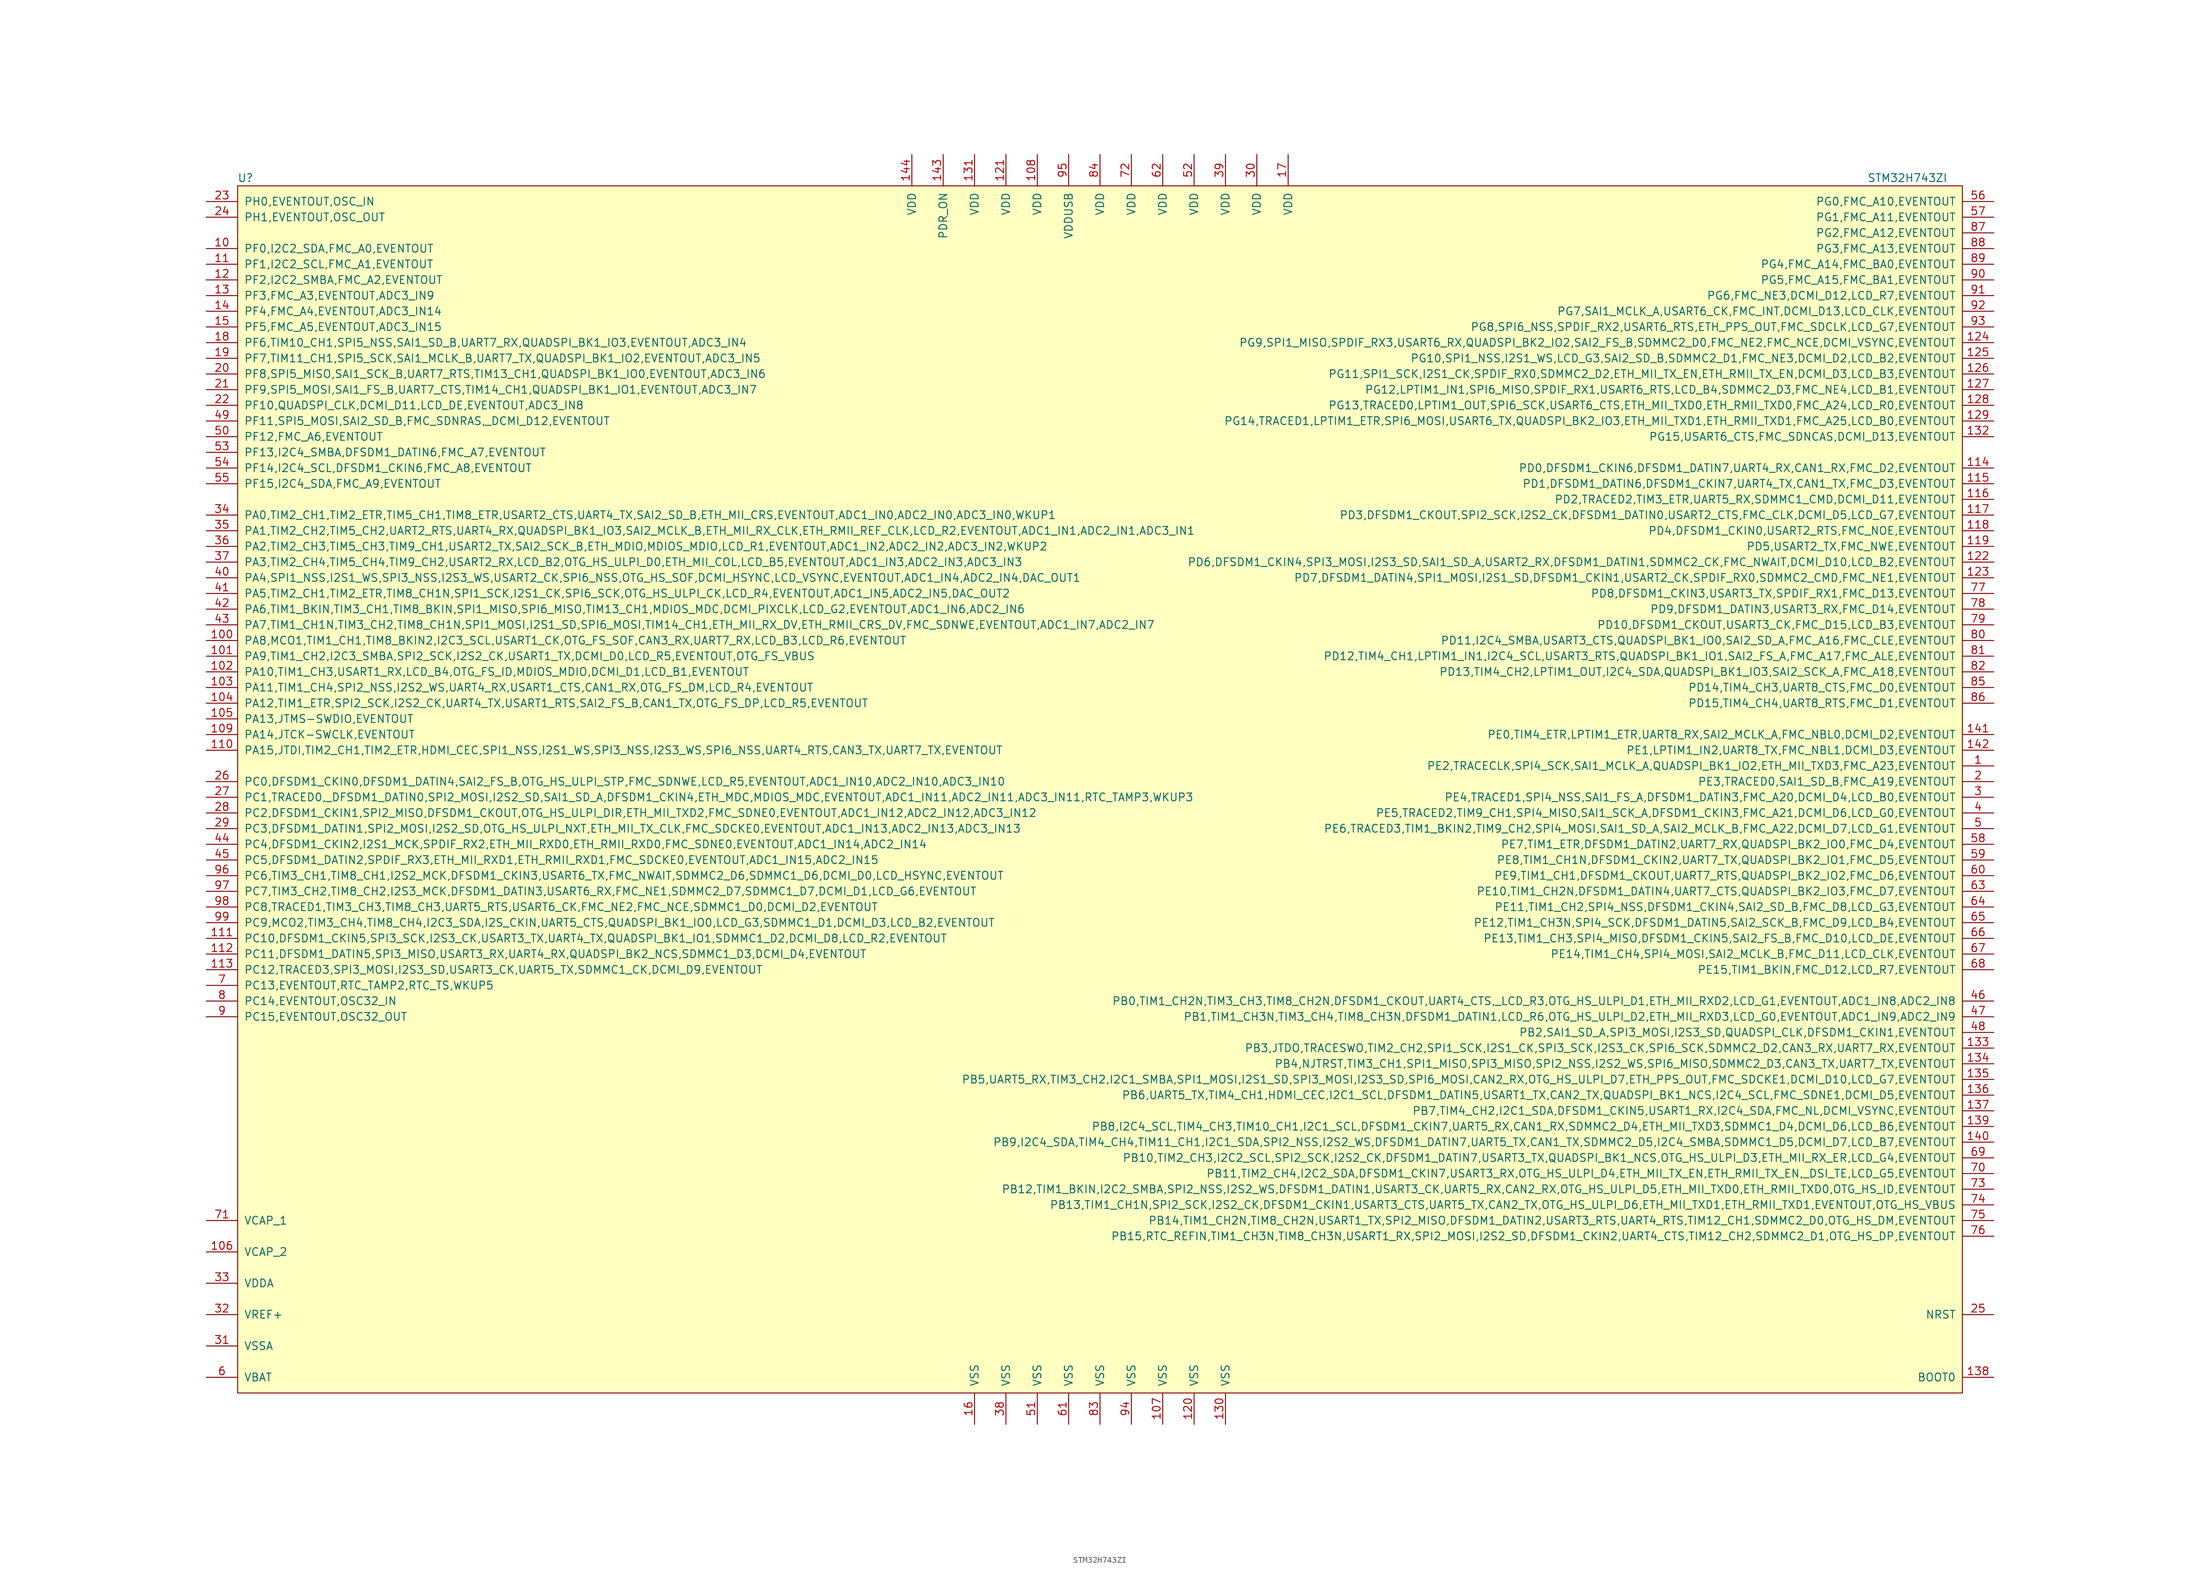
<source format=kicad_sym>
(kicad_symbol_lib
  (version 20220914)
  (generator kicad_symbol_editor)
  (symbol "STM32H743ZI"
    (pin_names
      (offset 1.016))
    (property "Reference" "U"
      (at -138.43 99.06 0)
      (effects (font (size 1.27 1.27))))
    (property "Value" "STM32H743ZI"
      (at 130.81 99.06 0)
      (effects (font (size 1.27 1.27))))
    (symbol "STM32H743ZI_0_0"
      (pin bidirectional line (at 144.78 3.81 180) (length 5.08) (name "PE2,TRACECLK,SPI4_SCK,SAI1_MCLK_A,QUADSPI_BK1_IO2,ETH_MII_TXD3,FMC_A23,EVENTOUT" (effects (font (size 1.27 1.27)))) (number "1" (effects (font (size 1.27 1.27)))))
      (pin bidirectional line (at -144.78 87.63 0) (length 5.08) (name "PF0,I2C2_SDA,FMC_A0,EVENTOUT" (effects (font (size 1.27 1.27)))) (number "10" (effects (font (size 1.27 1.27)))))
      (pin bidirectional line (at -144.78 24.13 0) (length 5.08) (name "PA8,MCO1,TIM1_CH1,TIM8_BKIN2,I2C3_SCL,USART1_CK,OTG_FS_SOF,CAN3_RX,UART7_RX,LCD_B3,LCD_R6,EVENTOUT" (effects (font (size 1.27 1.27)))) (number "100" (effects (font (size 1.27 1.27)))))
      (pin bidirectional line (at -144.78 21.59 0) (length 5.08) (name "PA9,TIM1_CH2,I2C3_SMBA,SPI2_SCK,I2S2_CK,USART1_TX,DCMI_D0,LCD_R5,EVENTOUT,OTG_FS_VBUS" (effects (font (size 1.27 1.27)))) (number "101" (effects (font (size 1.27 1.27)))))
      (pin bidirectional line (at -144.78 19.05 0) (length 5.08) (name "PA10,TIM1_CH3,USART1_RX,LCD_B4,OTG_FS_ID,MDIOS_MDIO,DCMI_D1,LCD_B1,EVENTOUT" (effects (font (size 1.27 1.27)))) (number "102" (effects (font (size 1.27 1.27)))))
      (pin bidirectional line (at -144.78 16.51 0) (length 5.08) (name "PA11,TIM1_CH4,SPI2_NSS,I2S2_WS,UART4_RX,USART1_CTS,CAN1_RX,OTG_FS_DM,LCD_R4,EVENTOUT" (effects (font (size 1.27 1.27)))) (number "103" (effects (font (size 1.27 1.27)))))
      (pin bidirectional line (at -144.78 13.97 0) (length 5.08) (name "PA12,TIM1_ETR,SPI2_SCK,I2S2_CK,UART4_TX,USART1_RTS,SAI2_FS_B,CAN1_TX,OTG_FS_DP,LCD_R5,EVENTOUT" (effects (font (size 1.27 1.27)))) (number "104" (effects (font (size 1.27 1.27)))))
      (pin bidirectional line (at -144.78 11.43 0) (length 5.08) (name "PA13,JTMS-SWDIO,EVENTOUT" (effects (font (size 1.27 1.27)))) (number "105" (effects (font (size 1.27 1.27)))))
      (pin passive line (at -144.78 -74.93 0) (length 5.08) (name "VCAP_2" (effects (font (size 1.27 1.27)))) (number "106" (effects (font (size 1.27 1.27)))))
      (pin passive line (at 10.16 -102.87 90) (length 5.08) (name "VSS" (effects (font (size 1.27 1.27)))) (number "107" (effects (font (size 1.27 1.27)))))
      (pin power_in line (at -10.16 102.87 270) (length 5.08) (name "VDD" (effects (font (size 1.27 1.27)))) (number "108" (effects (font (size 1.27 1.27)))))
      (pin bidirectional line (at -144.78 8.89 0) (length 5.08) (name "PA14,JTCK-SWCLK,EVENTOUT" (effects (font (size 1.27 1.27)))) (number "109" (effects (font (size 1.27 1.27)))))
      (pin bidirectional line (at -144.78 85.09 0) (length 5.08) (name "PF1,I2C2_SCL,FMC_A1,EVENTOUT" (effects (font (size 1.27 1.27)))) (number "11" (effects (font (size 1.27 1.27)))))
      (pin bidirectional line (at -144.78 6.35 0) (length 5.08) (name "PA15,JTDI,TIM2_CH1,TIM2_ETR,HDMI_CEC,SPI1_NSS,I2S1_WS,SPI3_NSS,I2S3_WS,SPI6_NSS,UART4_RTS,CAN3_TX,UART7_TX,EVENTOUT" (effects (font (size 1.27 1.27)))) (number "110" (effects (font (size 1.27 1.27)))))
      (pin bidirectional line (at -144.78 -24.13 0) (length 5.08) (name "PC10,DFSDM1_CKIN5,SPI3_SCK,I2S3_CK,USART3_TX,UART4_TX,QUADSPI_BK1_IO1,SDMMC1_D2,DCMI_D8,LCD_R2,EVENTOUT" (effects (font (size 1.27 1.27)))) (number "111" (effects (font (size 1.27 1.27)))))
      (pin bidirectional line (at -144.78 -26.67 0) (length 5.08) (name "PC11,DFSDM1_DATIN5,SPI3_MISO,USART3_RX,UART4_RX,QUADSPI_BK2_NCS,SDMMC1_D3,DCMI_D4,EVENTOUT" (effects (font (size 1.27 1.27)))) (number "112" (effects (font (size 1.27 1.27)))))
      (pin bidirectional line (at -144.78 -29.21 0) (length 5.08) (name "PC12,TRACED3,SPI3_MOSI,I2S3_SD,USART3_CK,UART5_TX,SDMMC1_CK,DCMI_D9,EVENTOUT" (effects (font (size 1.27 1.27)))) (number "113" (effects (font (size 1.27 1.27)))))
      (pin bidirectional line (at 144.78 52.07 180) (length 5.08) (name "PD0,DFSDM1_CKIN6,DFSDM1_DATIN7,UART4_RX,CAN1_RX,FMC_D2,EVENTOUT" (effects (font (size 1.27 1.27)))) (number "114" (effects (font (size 1.27 1.27)))))
      (pin bidirectional line (at 144.78 49.53 180) (length 5.08) (name "PD1,DFSDM1_DATIN6,DFSDM1_CKIN7,UART4_TX,CAN1_TX,FMC_D3,EVENTOUT" (effects (font (size 1.27 1.27)))) (number "115" (effects (font (size 1.27 1.27)))))
      (pin bidirectional line (at 144.78 46.99 180) (length 5.08) (name "PD2,TRACED2,TIM3_ETR,UART5_RX,SDMMC1_CMD,DCMI_D11,EVENTOUT" (effects (font (size 1.27 1.27)))) (number "116" (effects (font (size 1.27 1.27)))))
      (pin bidirectional line (at 144.78 44.45 180) (length 5.08) (name "PD3,DFSDM1_CKOUT,SPI2_SCK,I2S2_CK,DFSDM1_DATIN0,USART2_CTS,FMC_CLK,DCMI_D5,LCD_G7,EVENTOUT" (effects (font (size 1.27 1.27)))) (number "117" (effects (font (size 1.27 1.27)))))
      (pin bidirectional line (at 144.78 41.91 180) (length 5.08) (name "PD4,DFSDM1_CKIN0,USART2_RTS,FMC_NOE,EVENTOUT" (effects (font (size 1.27 1.27)))) (number "118" (effects (font (size 1.27 1.27)))))
      (pin bidirectional line (at 144.78 39.37 180) (length 5.08) (name "PD5,USART2_TX,FMC_NWE,EVENTOUT" (effects (font (size 1.27 1.27)))) (number "119" (effects (font (size 1.27 1.27)))))
      (pin bidirectional line (at -144.78 82.55 0) (length 5.08) (name "PF2,I2C2_SMBA,FMC_A2,EVENTOUT" (effects (font (size 1.27 1.27)))) (number "12" (effects (font (size 1.27 1.27)))))
      (pin passive line (at 15.24 -102.87 90) (length 5.08) (name "VSS" (effects (font (size 1.27 1.27)))) (number "120" (effects (font (size 1.27 1.27)))))
      (pin power_in line (at -15.24 102.87 270) (length 5.08) (name "VDD" (effects (font (size 1.27 1.27)))) (number "121" (effects (font (size 1.27 1.27)))))
      (pin bidirectional line (at 144.78 36.83 180) (length 5.08) (name "PD6,DFSDM1_CKIN4,SPI3_MOSI,I2S3_SD,SAI1_SD_A,USART2_RX,DFSDM1_DATIN1,SDMMC2_CK,FMC_NWAIT,DCMI_D10,LCD_B2,EVENTOUT" (effects (font (size 1.27 1.27)))) (number "122" (effects (font (size 1.27 1.27)))))
      (pin bidirectional line (at 144.78 34.29 180) (length 5.08) (name "PD7,DFSDM1_DATIN4,SPI1_MOSI,I2S1_SD,DFSDM1_CKIN1,USART2_CK,SPDIF_RX0,SDMMC2_CMD,FMC_NE1,EVENTOUT" (effects (font (size 1.27 1.27)))) (number "123" (effects (font (size 1.27 1.27)))))
      (pin bidirectional line (at 144.78 72.39 180) (length 5.08) (name "PG9,SPI1_MISO,SPDIF_RX3,USART6_RX,QUADSPI_BK2_IO2,SAI2_FS_B,SDMMC2_D0,FMC_NE2,FMC_NCE,DCMI_VSYNC,EVENTOUT" (effects (font (size 1.27 1.27)))) (number "124" (effects (font (size 1.27 1.27)))))
      (pin bidirectional line (at 144.78 69.85 180) (length 5.08) (name "PG10,SPI1_NSS,I2S1_WS,LCD_G3,SAI2_SD_B,SDMMC2_D1,FMC_NE3,DCMI_D2,LCD_B2,EVENTOUT" (effects (font (size 1.27 1.27)))) (number "125" (effects (font (size 1.27 1.27)))))
      (pin bidirectional line (at 144.78 67.31 180) (length 5.08) (name "PG11,SPI1_SCK,I2S1_CK,SPDIF_RX0,SDMMC2_D2,ETH_MII_TX_EN,ETH_RMII_TX_EN,DCMI_D3,LCD_B3,EVENTOUT" (effects (font (size 1.27 1.27)))) (number "126" (effects (font (size 1.27 1.27)))))
      (pin bidirectional line (at 144.78 64.77 180) (length 5.08) (name "PG12,LPTIM1_IN1,SPI6_MISO,SPDIF_RX1,USART6_RTS,LCD_B4,SDMMC2_D3,FMC_NE4,LCD_B1,EVENTOUT" (effects (font (size 1.27 1.27)))) (number "127" (effects (font (size 1.27 1.27)))))
      (pin bidirectional line (at 144.78 62.23 180) (length 5.08) (name "PG13,TRACED0,LPTIM1_OUT,SPI6_SCK,USART6_CTS,ETH_MII_TXD0,ETH_RMII_TXD0,FMC_A24,LCD_R0,EVENTOUT" (effects (font (size 1.27 1.27)))) (number "128" (effects (font (size 1.27 1.27)))))
      (pin bidirectional line (at 144.78 59.69 180) (length 5.08) (name "PG14,TRACED1,LPTIM1_ETR,SPI6_MOSI,USART6_TX,QUADSPI_BK2_IO3,ETH_MII_TXD1,ETH_RMII_TXD1,FMC_A25,LCD_B0,EVENTOUT" (effects (font (size 1.27 1.27)))) (number "129" (effects (font (size 1.27 1.27)))))
      (pin bidirectional line (at -144.78 80.01 0) (length 5.08) (name "PF3,FMC_A3,EVENTOUT,ADC3_IN9" (effects (font (size 1.27 1.27)))) (number "13" (effects (font (size 1.27 1.27)))))
      (pin passive line (at 20.32 -102.87 90) (length 5.08) (name "VSS" (effects (font (size 1.27 1.27)))) (number "130" (effects (font (size 1.27 1.27)))))
      (pin power_in line (at -20.32 102.87 270) (length 5.08) (name "VDD" (effects (font (size 1.27 1.27)))) (number "131" (effects (font (size 1.27 1.27)))))
      (pin bidirectional line (at 144.78 57.15 180) (length 5.08) (name "PG15,USART6_CTS,FMC_SDNCAS,DCMI_D13,EVENTOUT" (effects (font (size 1.27 1.27)))) (number "132" (effects (font (size 1.27 1.27)))))
      (pin bidirectional line (at 144.78 -41.91 180) (length 5.08) (name "PB3,JTDO,TRACESWO,TIM2_CH2,SPI1_SCK,I2S1_CK,SPI3_SCK,I2S3_CK,SPI6_SCK,SDMMC2_D2,CAN3_RX,UART7_RX,EVENTOUT" (effects (font (size 1.27 1.27)))) (number "133" (effects (font (size 1.27 1.27)))))
      (pin bidirectional line (at 144.78 -44.45 180) (length 5.08) (name "PB4,NJTRST,TIM3_CH1,SPI1_MISO,SPI3_MISO,SPI2_NSS,I2S2_WS,SPI6_MISO,SDMMC2_D3,CAN3_TX,UART7_TX,EVENTOUT" (effects (font (size 1.27 1.27)))) (number "134" (effects (font (size 1.27 1.27)))))
      (pin bidirectional line (at 144.78 -46.99 180) (length 5.08) (name "PB5,UART5_RX,TIM3_CH2,I2C1_SMBA,SPI1_MOSI,I2S1_SD,SPI3_MOSI,I2S3_SD,SPI6_MOSI,CAN2_RX,OTG_HS_ULPI_D7,ETH_PPS_OUT,FMC_SDCKE1,DCMI_D10,LCD_G7,EVENTOUT" (effects (font (size 1.27 1.27)))) (number "135" (effects (font (size 1.27 1.27)))))
      (pin bidirectional line (at 144.78 -49.53 180) (length 5.08) (name "PB6,UART5_TX,TIM4_CH1,HDMI_CEC,I2C1_SCL,DFSDM1_DATIN5,USART1_TX,CAN2_TX,QUADSPI_BK1_NCS,I2C4_SCL,FMC_SDNE1,DCMI_D5,EVENTOUT" (effects (font (size 1.27 1.27)))) (number "136" (effects (font (size 1.27 1.27)))))
      (pin bidirectional line (at 144.78 -52.07 180) (length 5.08) (name "PB7,TIM4_CH2,I2C1_SDA,DFSDM1_CKIN5,USART1_RX,I2C4_SDA,FMC_NL,DCMI_VSYNC,EVENTOUT" (effects (font (size 1.27 1.27)))) (number "137" (effects (font (size 1.27 1.27)))))
      (pin input line (at 144.78 -95.25 180) (length 5.08) (name "BOOT0" (effects (font (size 1.27 1.27)))) (number "138" (effects (font (size 1.27 1.27)))))
      (pin bidirectional line (at 144.78 -54.61 180) (length 5.08) (name "PB8,I2C4_SCL,TIM4_CH3,TIM10_CH1,I2C1_SCL,DFSDM1_CKIN7,UART5_RX,CAN1_RX,SDMMC2_D4,ETH_MII_TXD3,SDMMC1_D4,DCMI_D6,LCD_B6,EVENTOUT" (effects (font (size 1.27 1.27)))) (number "139" (effects (font (size 1.27 1.27)))))
      (pin bidirectional line (at -144.78 77.47 0) (length 5.08) (name "PF4,FMC_A4,EVENTOUT,ADC3_IN14" (effects (font (size 1.27 1.27)))) (number "14" (effects (font (size 1.27 1.27)))))
      (pin bidirectional line (at 144.78 -57.15 180) (length 5.08) (name "PB9,I2C4_SDA,TIM4_CH4,TIM11_CH1,I2C1_SDA,SPI2_NSS,I2S2_WS,DFSDM1_DATIN7,UART5_TX,CAN1_TX,SDMMC2_D5,I2C4_SMBA,SDMMC1_D5,DCMI_D7,LCD_B7,EVENTOUT" (effects (font (size 1.27 1.27)))) (number "140" (effects (font (size 1.27 1.27)))))
      (pin bidirectional line (at 144.78 8.89 180) (length 5.08) (name "PE0,TIM4_ETR,LPTIM1_ETR,UART8_RX,SAI2_MCLK_A,FMC_NBL0,DCMI_D2,EVENTOUT" (effects (font (size 1.27 1.27)))) (number "141" (effects (font (size 1.27 1.27)))))
      (pin bidirectional line (at 144.78 6.35 180) (length 5.08) (name "PE1,LPTIM1_IN2,UART8_TX,FMC_NBL1,DCMI_D3,EVENTOUT" (effects (font (size 1.27 1.27)))) (number "142" (effects (font (size 1.27 1.27)))))
      (pin passive line (at -25.4 102.87 270) (length 5.08) (name "PDR_ON" (effects (font (size 1.27 1.27)))) (number "143" (effects (font (size 1.27 1.27)))))
      (pin power_in line (at -30.48 102.87 270) (length 5.08) (name "VDD" (effects (font (size 1.27 1.27)))) (number "144" (effects (font (size 1.27 1.27)))))
      (pin bidirectional line (at -144.78 74.93 0) (length 5.08) (name "PF5,FMC_A5,EVENTOUT,ADC3_IN15" (effects (font (size 1.27 1.27)))) (number "15" (effects (font (size 1.27 1.27)))))
      (pin passive line (at -20.32 -102.87 90) (length 5.08) (name "VSS" (effects (font (size 1.27 1.27)))) (number "16" (effects (font (size 1.27 1.27)))))
      (pin power_in line (at 30.48 102.87 270) (length 5.08) (name "VDD" (effects (font (size 1.27 1.27)))) (number "17" (effects (font (size 1.27 1.27)))))
      (pin bidirectional line (at -144.78 72.39 0) (length 5.08) (name "PF6,TIM10_CH1,SPI5_NSS,SAI1_SD_B,UART7_RX,QUADSPI_BK1_IO3,EVENTOUT,ADC3_IN4" (effects (font (size 1.27 1.27)))) (number "18" (effects (font (size 1.27 1.27)))))
      (pin bidirectional line (at -144.78 69.85 0) (length 5.08) (name "PF7,TIM11_CH1,SPI5_SCK,SAI1_MCLK_B,UART7_TX,QUADSPI_BK1_IO2,EVENTOUT,ADC3_IN5" (effects (font (size 1.27 1.27)))) (number "19" (effects (font (size 1.27 1.27)))))
      (pin bidirectional line (at 144.78 1.27 180) (length 5.08) (name "PE3,TRACED0,SAI1_SD_B,FMC_A19,EVENTOUT" (effects (font (size 1.27 1.27)))) (number "2" (effects (font (size 1.27 1.27)))))
      (pin bidirectional line (at -144.78 67.31 0) (length 5.08) (name "PF8,SPI5_MISO,SAI1_SCK_B,UART7_RTS,TIM13_CH1,QUADSPI_BK1_IO0,EVENTOUT,ADC3_IN6" (effects (font (size 1.27 1.27)))) (number "20" (effects (font (size 1.27 1.27)))))
      (pin bidirectional line (at -144.78 64.77 0) (length 5.08) (name "PF9,SPI5_MOSI,SAI1_FS_B,UART7_CTS,TIM14_CH1,QUADSPI_BK1_IO1,EVENTOUT,ADC3_IN7" (effects (font (size 1.27 1.27)))) (number "21" (effects (font (size 1.27 1.27)))))
      (pin bidirectional line (at -144.78 62.23 0) (length 5.08) (name "PF10,QUADSPI_CLK,DCMI_D11,LCD_DE,EVENTOUT,ADC3_IN8" (effects (font (size 1.27 1.27)))) (number "22" (effects (font (size 1.27 1.27)))))
      (pin bidirectional line (at -144.78 95.25 0) (length 5.08) (name "PH0,EVENTOUT,OSC_IN" (effects (font (size 1.27 1.27)))) (number "23" (effects (font (size 1.27 1.27)))))
      (pin bidirectional line (at -144.78 92.71 0) (length 5.08) (name "PH1,EVENTOUT,OSC_OUT" (effects (font (size 1.27 1.27)))) (number "24" (effects (font (size 1.27 1.27)))))
      (pin input line (at 144.78 -85.09 180) (length 5.08) (name "NRST" (effects (font (size 1.27 1.27)))) (number "25" (effects (font (size 1.27 1.27)))))
      (pin bidirectional line (at -144.78 1.27 0) (length 5.08) (name "PC0,DFSDM1_CKIN0,DFSDM1_DATIN4,SAI2_FS_B,OTG_HS_ULPI_STP,FMC_SDNWE,LCD_R5,EVENTOUT,ADC1_IN10,ADC2_IN10,ADC3_IN10" (effects (font (size 1.27 1.27)))) (number "26" (effects (font (size 1.27 1.27)))))
      (pin bidirectional line (at -144.78 -1.27 0) (length 5.08) (name "PC1,TRACED0,_DFSDM1_DATIN0,SPI2_MOSI,I2S2_SD,SAI1_SD_A,DFSDM1_CKIN4,ETH_MDC,MDIOS_MDC,EVENTOUT,ADC1_IN11,ADC2_IN11,ADC3_IN11,RTC_TAMP3,WKUP3" (effects (font (size 1.27 1.27)))) (number "27" (effects (font (size 1.27 1.27)))))
      (pin bidirectional line (at -144.78 -3.81 0) (length 5.08) (name "PC2,DFSDM1_CKIN1,SPI2_MISO,DFSDM1_CKOUT,OTG_HS_ULPI_DIR,ETH_MII_TXD2,FMC_SDNE0,EVENTOUT,ADC1_IN12,ADC2_IN12,ADC3_IN12" (effects (font (size 1.27 1.27)))) (number "28" (effects (font (size 1.27 1.27)))))
      (pin bidirectional line (at -144.78 -6.35 0) (length 5.08) (name "PC3,DFSDM1_DATIN1,SPI2_MOSI,I2S2_SD,OTG_HS_ULPI_NXT,ETH_MII_TX_CLK,FMC_SDCKE0,EVENTOUT,ADC1_IN13,ADC2_IN13,ADC3_IN13" (effects (font (size 1.27 1.27)))) (number "29" (effects (font (size 1.27 1.27)))))
      (pin bidirectional line (at 144.78 -1.27 180) (length 5.08) (name "PE4,TRACED1,SPI4_NSS,SAI1_FS_A,DFSDM1_DATIN3,FMC_A20,DCMI_D4,LCD_B0,EVENTOUT" (effects (font (size 1.27 1.27)))) (number "3" (effects (font (size 1.27 1.27)))))
      (pin power_in line (at 25.4 102.87 270) (length 5.08) (name "VDD" (effects (font (size 1.27 1.27)))) (number "30" (effects (font (size 1.27 1.27)))))
      (pin passive line (at -144.78 -90.17 0) (length 5.08) (name "VSSA" (effects (font (size 1.27 1.27)))) (number "31" (effects (font (size 1.27 1.27)))))
      (pin passive line (at -144.78 -85.09 0) (length 5.08) (name "VREF+" (effects (font (size 1.27 1.27)))) (number "32" (effects (font (size 1.27 1.27)))))
      (pin passive line (at -144.78 -80.01 0) (length 5.08) (name "VDDA" (effects (font (size 1.27 1.27)))) (number "33" (effects (font (size 1.27 1.27)))))
      (pin bidirectional line (at -144.78 44.45 0) (length 5.08) (name "PA0,TIM2_CH1,TIM2_ETR,TIM5_CH1,TIM8_ETR,USART2_CTS,UART4_TX,SAI2_SD_B,ETH_MII_CRS,EVENTOUT,ADC1_IN0,ADC2_IN0,ADC3_IN0,WKUP1" (effects (font (size 1.27 1.27)))) (number "34" (effects (font (size 1.27 1.27)))))
      (pin bidirectional line (at -144.78 41.91 0) (length 5.08) (name "PA1,TIM2_CH2,TIM5_CH2,UART2_RTS,UART4_RX,QUADSPI_BK1_IO3,SAI2_MCLK_B,ETH_MII_RX_CLK,ETH_RMII_REF_CLK,LCD_R2,EVENTOUT,ADC1_IN1,ADC2_IN1,ADC3_IN1" (effects (font (size 1.27 1.27)))) (number "35" (effects (font (size 1.27 1.27)))))
      (pin bidirectional line (at -144.78 39.37 0) (length 5.08) (name "PA2,TIM2_CH3,TIM5_CH3,TIM9_CH1,USART2_TX,SAI2_SCK_B,ETH_MDIO,MDIOS_MDIO,LCD_R1,EVENTOUT,ADC1_IN2,ADC2_IN2,ADC3_IN2,WKUP2" (effects (font (size 1.27 1.27)))) (number "36" (effects (font (size 1.27 1.27)))))
      (pin bidirectional line (at -144.78 36.83 0) (length 5.08) (name "PA3,TIM2_CH4,TIM5_CH4,TIM9_CH2,USART2_RX,LCD_B2,OTG_HS_ULPI_D0,ETH_MII_COL,LCD_B5,EVENTOUT,ADC1_IN3,ADC2_IN3,ADC3_IN3" (effects (font (size 1.27 1.27)))) (number "37" (effects (font (size 1.27 1.27)))))
      (pin passive line (at -15.24 -102.87 90) (length 5.08) (name "VSS" (effects (font (size 1.27 1.27)))) (number "38" (effects (font (size 1.27 1.27)))))
      (pin power_in line (at 20.32 102.87 270) (length 5.08) (name "VDD" (effects (font (size 1.27 1.27)))) (number "39" (effects (font (size 1.27 1.27)))))
      (pin bidirectional line (at 144.78 -3.81 180) (length 5.08) (name "PE5,TRACED2,TIM9_CH1,SPI4_MISO,SAI1_SCK_A,DFSDM1_CKIN3,FMC_A21,DCMI_D6,LCD_G0,EVENTOUT" (effects (font (size 1.27 1.27)))) (number "4" (effects (font (size 1.27 1.27)))))
      (pin bidirectional line (at -144.78 34.29 0) (length 5.08) (name "PA4,SPI1_NSS,I2S1_WS,SPI3_NSS,I2S3_WS,USART2_CK,SPI6_NSS,OTG_HS_SOF,DCMI_HSYNC,LCD_VSYNC,EVENTOUT,ADC1_IN4,ADC2_IN4,DAC_OUT1" (effects (font (size 1.27 1.27)))) (number "40" (effects (font (size 1.27 1.27)))))
      (pin bidirectional line (at -144.78 31.75 0) (length 5.08) (name "PA5,TIM2_CH1,TIM2_ETR,TIM8_CH1N,SPI1_SCK,I2S1_CK,SPI6_SCK,OTG_HS_ULPI_CK,LCD_R4,EVENTOUT,ADC1_IN5,ADC2_IN5,DAC_OUT2" (effects (font (size 1.27 1.27)))) (number "41" (effects (font (size 1.27 1.27)))))
      (pin bidirectional line (at -144.78 29.21 0) (length 5.08) (name "PA6,TIM1_BKIN,TIM3_CH1,TIM8_BKIN,SPI1_MISO,SPI6_MISO,TIM13_CH1,MDIOS_MDC,DCMI_PIXCLK,LCD_G2,EVENTOUT,ADC1_IN6,ADC2_IN6" (effects (font (size 1.27 1.27)))) (number "42" (effects (font (size 1.27 1.27)))))
      (pin bidirectional line (at -144.78 26.67 0) (length 5.08) (name "PA7,TIM1_CH1N,TIM3_CH2,TIM8_CH1N,SPI1_MOSI,I2S1_SD,SPI6_MOSI,TIM14_CH1,ETH_MII_RX_DV,ETH_RMII_CRS_DV,FMC_SDNWE,EVENTOUT,ADC1_IN7,ADC2_IN7" (effects (font (size 1.27 1.27)))) (number "43" (effects (font (size 1.27 1.27)))))
      (pin bidirectional line (at -144.78 -8.89 0) (length 5.08) (name "PC4,DFSDM1_CKIN2,I2S1_MCK,SPDIF_RX2,ETH_MII_RXD0,ETH_RMII_RXD0,FMC_SDNE0,EVENTOUT,ADC1_IN14,ADC2_IN14" (effects (font (size 1.27 1.27)))) (number "44" (effects (font (size 1.27 1.27)))))
      (pin bidirectional line (at -144.78 -11.43 0) (length 5.08) (name "PC5,DFSDM1_DATIN2,SPDIF_RX3,ETH_MII_RXD1,ETH_RMII_RXD1,FMC_SDCKE0,EVENTOUT,ADC1_IN15,ADC2_IN15" (effects (font (size 1.27 1.27)))) (number "45" (effects (font (size 1.27 1.27)))))
      (pin bidirectional line (at 144.78 -34.29 180) (length 5.08) (name "PB0,TIM1_CH2N,TIM3_CH3,TIM8_CH2N,DFSDM1_CKOUT,UART4_CTS,_LCD_R3,OTG_HS_ULPI_D1,ETH_MII_RXD2,LCD_G1,EVENTOUT,ADC1_IN8,ADC2_IN8" (effects (font (size 1.27 1.27)))) (number "46" (effects (font (size 1.27 1.27)))))
      (pin bidirectional line (at 144.78 -36.83 180) (length 5.08) (name "PB1,TIM1_CH3N,TIM3_CH4,TIM8_CH3N,DFSDM1_DATIN1,LCD_R6,OTG_HS_ULPI_D2,ETH_MII_RXD3,LCD_G0,EVENTOUT,ADC1_IN9,ADC2_IN9" (effects (font (size 1.27 1.27)))) (number "47" (effects (font (size 1.27 1.27)))))
      (pin bidirectional line (at 144.78 -39.37 180) (length 5.08) (name "PB2,SAI1_SD_A,SPI3_MOSI,I2S3_SD,QUADSPI_CLK,DFSDM1_CKIN1,EVENTOUT" (effects (font (size 1.27 1.27)))) (number "48" (effects (font (size 1.27 1.27)))))
      (pin bidirectional line (at -144.78 59.69 0) (length 5.08) (name "PF11,SPI5_MOSI,SAI2_SD_B,FMC_SDNRAS,_DCMI_D12,EVENTOUT" (effects (font (size 1.27 1.27)))) (number "49" (effects (font (size 1.27 1.27)))))
      (pin bidirectional line (at 144.78 -6.35 180) (length 5.08) (name "PE6,TRACED3,TIM1_BKIN2,TIM9_CH2,SPI4_MOSI,SAI1_SD_A,SAI2_MCLK_B,FMC_A22,DCMI_D7,LCD_G1,EVENTOUT" (effects (font (size 1.27 1.27)))) (number "5" (effects (font (size 1.27 1.27)))))
      (pin bidirectional line (at -144.78 57.15 0) (length 5.08) (name "PF12,FMC_A6,EVENTOUT" (effects (font (size 1.27 1.27)))) (number "50" (effects (font (size 1.27 1.27)))))
      (pin passive line (at -10.16 -102.87 90) (length 5.08) (name "VSS" (effects (font (size 1.27 1.27)))) (number "51" (effects (font (size 1.27 1.27)))))
      (pin power_in line (at 15.24 102.87 270) (length 5.08) (name "VDD" (effects (font (size 1.27 1.27)))) (number "52" (effects (font (size 1.27 1.27)))))
      (pin bidirectional line (at -144.78 54.61 0) (length 5.08) (name "PF13,I2C4_SMBA,DFSDM1_DATIN6,FMC_A7,EVENTOUT" (effects (font (size 1.27 1.27)))) (number "53" (effects (font (size 1.27 1.27)))))
      (pin bidirectional line (at -144.78 52.07 0) (length 5.08) (name "PF14,I2C4_SCL,DFSDM1_CKIN6,FMC_A8,EVENTOUT" (effects (font (size 1.27 1.27)))) (number "54" (effects (font (size 1.27 1.27)))))
      (pin bidirectional line (at -144.78 49.53 0) (length 5.08) (name "PF15,I2C4_SDA,FMC_A9,EVENTOUT" (effects (font (size 1.27 1.27)))) (number "55" (effects (font (size 1.27 1.27)))))
      (pin bidirectional line (at 144.78 95.25 180) (length 5.08) (name "PG0,FMC_A10,EVENTOUT" (effects (font (size 1.27 1.27)))) (number "56" (effects (font (size 1.27 1.27)))))
      (pin bidirectional line (at 144.78 92.71 180) (length 5.08) (name "PG1,FMC_A11,EVENTOUT" (effects (font (size 1.27 1.27)))) (number "57" (effects (font (size 1.27 1.27)))))
      (pin bidirectional line (at 144.78 -8.89 180) (length 5.08) (name "PE7,TIM1_ETR,DFSDM1_DATIN2,UART7_RX,QUADSPI_BK2_IO0,FMC_D4,EVENTOUT" (effects (font (size 1.27 1.27)))) (number "58" (effects (font (size 1.27 1.27)))))
      (pin bidirectional line (at 144.78 -11.43 180) (length 5.08) (name "PE8,TIM1_CH1N,DFSDM1_CKIN2,UART7_TX,QUADSPI_BK2_IO1,FMC_D5,EVENTOUT" (effects (font (size 1.27 1.27)))) (number "59" (effects (font (size 1.27 1.27)))))
      (pin passive line (at -144.78 -95.25 0) (length 5.08) (name "VBAT" (effects (font (size 1.27 1.27)))) (number "6" (effects (font (size 1.27 1.27)))))
      (pin bidirectional line (at 144.78 -13.97 180) (length 5.08) (name "PE9,TIM1_CH1,DFSDM1_CKOUT,UART7_RTS,QUADSPI_BK2_IO2,FMC_D6,EVENTOUT" (effects (font (size 1.27 1.27)))) (number "60" (effects (font (size 1.27 1.27)))))
      (pin passive line (at -5.08 -102.87 90) (length 5.08) (name "VSS" (effects (font (size 1.27 1.27)))) (number "61" (effects (font (size 1.27 1.27)))))
      (pin power_in line (at 10.16 102.87 270) (length 5.08) (name "VDD" (effects (font (size 1.27 1.27)))) (number "62" (effects (font (size 1.27 1.27)))))
      (pin bidirectional line (at 144.78 -16.51 180) (length 5.08) (name "PE10,TIM1_CH2N,DFSDM1_DATIN4,UART7_CTS,QUADSPI_BK2_IO3,FMC_D7,EVENTOUT" (effects (font (size 1.27 1.27)))) (number "63" (effects (font (size 1.27 1.27)))))
      (pin bidirectional line (at 144.78 -19.05 180) (length 5.08) (name "PE11,TIM1_CH2,SPI4_NSS,DFSDM1_CKIN4,SAI2_SD_B,FMC_D8,LCD_G3,EVENTOUT" (effects (font (size 1.27 1.27)))) (number "64" (effects (font (size 1.27 1.27)))))
      (pin bidirectional line (at 144.78 -21.59 180) (length 5.08) (name "PE12,TIM1_CH3N,SPI4_SCK,DFSDM1_DATIN5,SAI2_SCK_B,FMC_D9,LCD_B4,EVENTOUT" (effects (font (size 1.27 1.27)))) (number "65" (effects (font (size 1.27 1.27)))))
      (pin bidirectional line (at 144.78 -24.13 180) (length 5.08) (name "PE13,TIM1_CH3,SPI4_MISO,DFSDM1_CKIN5,SAI2_FS_B,FMC_D10,LCD_DE,EVENTOUT" (effects (font (size 1.27 1.27)))) (number "66" (effects (font (size 1.27 1.27)))))
      (pin bidirectional line (at 144.78 -26.67 180) (length 5.08) (name "PE14,TIM1_CH4,SPI4_MOSI,SAI2_MCLK_B,FMC_D11,LCD_CLK,EVENTOUT" (effects (font (size 1.27 1.27)))) (number "67" (effects (font (size 1.27 1.27)))))
      (pin bidirectional line (at 144.78 -29.21 180) (length 5.08) (name "PE15,TIM1_BKIN,FMC_D12,LCD_R7,EVENTOUT" (effects (font (size 1.27 1.27)))) (number "68" (effects (font (size 1.27 1.27)))))
      (pin bidirectional line (at 144.78 -59.69 180) (length 5.08) (name "PB10,TIM2_CH3,I2C2_SCL,SPI2_SCK,I2S2_CK,DFSDM1_DATIN7,USART3_TX,QUADSPI_BK1_NCS,OTG_HS_ULPI_D3,ETH_MII_RX_ER,LCD_G4,EVENTOUT" (effects (font (size 1.27 1.27)))) (number "69" (effects (font (size 1.27 1.27)))))
      (pin bidirectional line (at -144.78 -31.75 0) (length 5.08) (name "PC13,EVENTOUT,RTC_TAMP2,RTC_TS,WKUP5" (effects (font (size 1.27 1.27)))) (number "7" (effects (font (size 1.27 1.27)))))
      (pin bidirectional line (at 144.78 -62.23 180) (length 5.08) (name "PB11,TIM2_CH4,I2C2_SDA,DFSDM1_CKIN7,USART3_RX,OTG_HS_ULPI_D4,ETH_MII_TX_EN,ETH_RMII_TX_EN,_DSI_TE,LCD_G5,EVENTOUT" (effects (font (size 1.27 1.27)))) (number "70" (effects (font (size 1.27 1.27)))))
      (pin passive line (at -144.78 -69.85 0) (length 5.08) (name "VCAP_1" (effects (font (size 1.27 1.27)))) (number "71" (effects (font (size 1.27 1.27)))))
      (pin power_in line (at 5.08 102.87 270) (length 5.08) (name "VDD" (effects (font (size 1.27 1.27)))) (number "72" (effects (font (size 1.27 1.27)))))
      (pin bidirectional line (at 144.78 -64.77 180) (length 5.08) (name "PB12,TIM1_BKIN,I2C2_SMBA,SPI2_NSS,I2S2_WS,DFSDM1_DATIN1,USART3_CK,UART5_RX,CAN2_RX,OTG_HS_ULPI_D5,ETH_MII_TXD0,ETH_RMII_TXD0,OTG_HS_ID,EVENTOUT" (effects (font (size 1.27 1.27)))) (number "73" (effects (font (size 1.27 1.27)))))
      (pin bidirectional line (at 144.78 -67.31 180) (length 5.08) (name "PB13,TIM1_CH1N,SPI2_SCK,I2S2_CK,DFSDM1_CKIN1,USART3_CTS,UART5_TX,CAN2_TX,OTG_HS_ULPI_D6,ETH_MII_TXD1,ETH_RMII_TXD1,EVENTOUT,OTG_HS_VBUS" (effects (font (size 1.27 1.27)))) (number "74" (effects (font (size 1.27 1.27)))))
      (pin bidirectional line (at 144.78 -69.85 180) (length 5.08) (name "PB14,TIM1_CH2N,TIM8_CH2N,USART1_TX,SPI2_MISO,DFSDM1_DATIN2,USART3_RTS,UART4_RTS,TIM12_CH1,SDMMC2_D0,OTG_HS_DM,EVENTOUT" (effects (font (size 1.27 1.27)))) (number "75" (effects (font (size 1.27 1.27)))))
      (pin bidirectional line (at 144.78 -72.39 180) (length 5.08) (name "PB15,RTC_REFIN,TIM1_CH3N,TIM8_CH3N,USART1_RX,SPI2_MOSI,I2S2_SD,DFSDM1_CKIN2,UART4_CTS,TIM12_CH2,SDMMC2_D1,OTG_HS_DP,EVENTOUT" (effects (font (size 1.27 1.27)))) (number "76" (effects (font (size 1.27 1.27)))))
      (pin bidirectional line (at 144.78 31.75 180) (length 5.08) (name "PD8,DFSDM1_CKIN3,USART3_TX,SPDIF_RX1,FMC_D13,EVENTOUT" (effects (font (size 1.27 1.27)))) (number "77" (effects (font (size 1.27 1.27)))))
      (pin bidirectional line (at 144.78 29.21 180) (length 5.08) (name "PD9,DFSDM1_DATIN3,USART3_RX,FMC_D14,EVENTOUT" (effects (font (size 1.27 1.27)))) (number "78" (effects (font (size 1.27 1.27)))))
      (pin bidirectional line (at 144.78 26.67 180) (length 5.08) (name "PD10,DFSDM1_CKOUT,USART3_CK,FMC_D15,LCD_B3,EVENTOUT" (effects (font (size 1.27 1.27)))) (number "79" (effects (font (size 1.27 1.27)))))
      (pin bidirectional line (at -144.78 -34.29 0) (length 5.08) (name "PC14,EVENTOUT,OSC32_IN" (effects (font (size 1.27 1.27)))) (number "8" (effects (font (size 1.27 1.27)))))
      (pin bidirectional line (at 144.78 24.13 180) (length 5.08) (name "PD11,I2C4_SMBA,USART3_CTS,QUADSPI_BK1_IO0,SAI2_SD_A,FMC_A16,FMC_CLE,EVENTOUT" (effects (font (size 1.27 1.27)))) (number "80" (effects (font (size 1.27 1.27)))))
      (pin bidirectional line (at 144.78 21.59 180) (length 5.08) (name "PD12,TIM4_CH1,LPTIM1_IN1,I2C4_SCL,USART3_RTS,QUADSPI_BK1_IO1,SAI2_FS_A,FMC_A17,FMC_ALE,EVENTOUT" (effects (font (size 1.27 1.27)))) (number "81" (effects (font (size 1.27 1.27)))))
      (pin bidirectional line (at 144.78 19.05 180) (length 5.08) (name "PD13,TIM4_CH2,LPTIM1_OUT,I2C4_SDA,QUADSPI_BK1_IO3,SAI2_SCK_A,FMC_A18,EVENTOUT" (effects (font (size 1.27 1.27)))) (number "82" (effects (font (size 1.27 1.27)))))
      (pin passive line (at 0 -102.87 90) (length 5.08) (name "VSS" (effects (font (size 1.27 1.27)))) (number "83" (effects (font (size 1.27 1.27)))))
      (pin power_in line (at 0 102.87 270) (length 5.08) (name "VDD" (effects (font (size 1.27 1.27)))) (number "84" (effects (font (size 1.27 1.27)))))
      (pin bidirectional line (at 144.78 16.51 180) (length 5.08) (name "PD14,TIM4_CH3,UART8_CTS,FMC_D0,EVENTOUT" (effects (font (size 1.27 1.27)))) (number "85" (effects (font (size 1.27 1.27)))))
      (pin bidirectional line (at 144.78 13.97 180) (length 5.08) (name "PD15,TIM4_CH4,UART8_RTS,FMC_D1,EVENTOUT" (effects (font (size 1.27 1.27)))) (number "86" (effects (font (size 1.27 1.27)))))
      (pin bidirectional line (at 144.78 90.17 180) (length 5.08) (name "PG2,FMC_A12,EVENTOUT" (effects (font (size 1.27 1.27)))) (number "87" (effects (font (size 1.27 1.27)))))
      (pin bidirectional line (at 144.78 87.63 180) (length 5.08) (name "PG3,FMC_A13,EVENTOUT" (effects (font (size 1.27 1.27)))) (number "88" (effects (font (size 1.27 1.27)))))
      (pin bidirectional line (at 144.78 85.09 180) (length 5.08) (name "PG4,FMC_A14,FMC_BA0,EVENTOUT" (effects (font (size 1.27 1.27)))) (number "89" (effects (font (size 1.27 1.27)))))
      (pin bidirectional line (at -144.78 -36.83 0) (length 5.08) (name "PC15,EVENTOUT,OSC32_OUT" (effects (font (size 1.27 1.27)))) (number "9" (effects (font (size 1.27 1.27)))))
      (pin bidirectional line (at 144.78 82.55 180) (length 5.08) (name "PG5,FMC_A15,FMC_BA1,EVENTOUT" (effects (font (size 1.27 1.27)))) (number "90" (effects (font (size 1.27 1.27)))))
      (pin bidirectional line (at 144.78 80.01 180) (length 5.08) (name "PG6,FMC_NE3,DCMI_D12,LCD_R7,EVENTOUT" (effects (font (size 1.27 1.27)))) (number "91" (effects (font (size 1.27 1.27)))))
      (pin bidirectional line (at 144.78 77.47 180) (length 5.08) (name "PG7,SAI1_MCLK_A,USART6_CK,FMC_INT,DCMI_D13,LCD_CLK,EVENTOUT" (effects (font (size 1.27 1.27)))) (number "92" (effects (font (size 1.27 1.27)))))
      (pin bidirectional line (at 144.78 74.93 180) (length 5.08) (name "PG8,SPI6_NSS,SPDIF_RX2,USART6_RTS,ETH_PPS_OUT,FMC_SDCLK,LCD_G7,EVENTOUT" (effects (font (size 1.27 1.27)))) (number "93" (effects (font (size 1.27 1.27)))))
      (pin passive line (at 5.08 -102.87 90) (length 5.08) (name "VSS" (effects (font (size 1.27 1.27)))) (number "94" (effects (font (size 1.27 1.27)))))
      (pin power_in line (at -5.08 102.87 270) (length 5.08) (name "VDDUSB" (effects (font (size 1.27 1.27)))) (number "95" (effects (font (size 1.27 1.27)))))
      (pin bidirectional line (at -144.78 -13.97 0) (length 5.08) (name "PC6,TIM3_CH1,TIM8_CH1,I2S2_MCK,DFSDM1_CKIN3,USART6_TX,FMC_NWAIT,SDMMC2_D6,SDMMC1_D6,DCMI_D0,LCD_HSYNC,EVENTOUT" (effects (font (size 1.27 1.27)))) (number "96" (effects (font (size 1.27 1.27)))))
      (pin bidirectional line (at -144.78 -16.51 0) (length 5.08) (name "PC7,TIM3_CH2,TIM8_CH2,I2S3_MCK,DFSDM1_DATIN3,USART6_RX,FMC_NE1,SDMMC2_D7,SDMMC1_D7,DCMI_D1,LCD_G6,EVENTOUT" (effects (font (size 1.27 1.27)))) (number "97" (effects (font (size 1.27 1.27)))))
      (pin bidirectional line (at -144.78 -19.05 0) (length 5.08) (name "PC8,TRACED1,TIM3_CH3,TIM8_CH3,UART5_RTS,USART6_CK,FMC_NE2,FMC_NCE,SDMMC1_D0,DCMI_D2,EVENTOUT" (effects (font (size 1.27 1.27)))) (number "98" (effects (font (size 1.27 1.27)))))
      (pin bidirectional line (at -144.78 -21.59 0) (length 5.08) (name "PC9,MCO2,TIM3_CH4,TIM8_CH4,I2C3_SDA,I2S_CKIN,UART5_CTS,QUADSPI_BK1_IO0,LCD_G3,SDMMC1_D1,DCMI_D3,LCD_B2,EVENTOUT" (effects (font (size 1.27 1.27)))) (number "99" (effects (font (size 1.27 1.27))))))
    (symbol "STM32H743ZI_0_1"
      (rectangle (start -139.7 97.79) (end 139.7 -97.79) (stroke (width 0) (type default)) (fill (type background))))))
</source>
